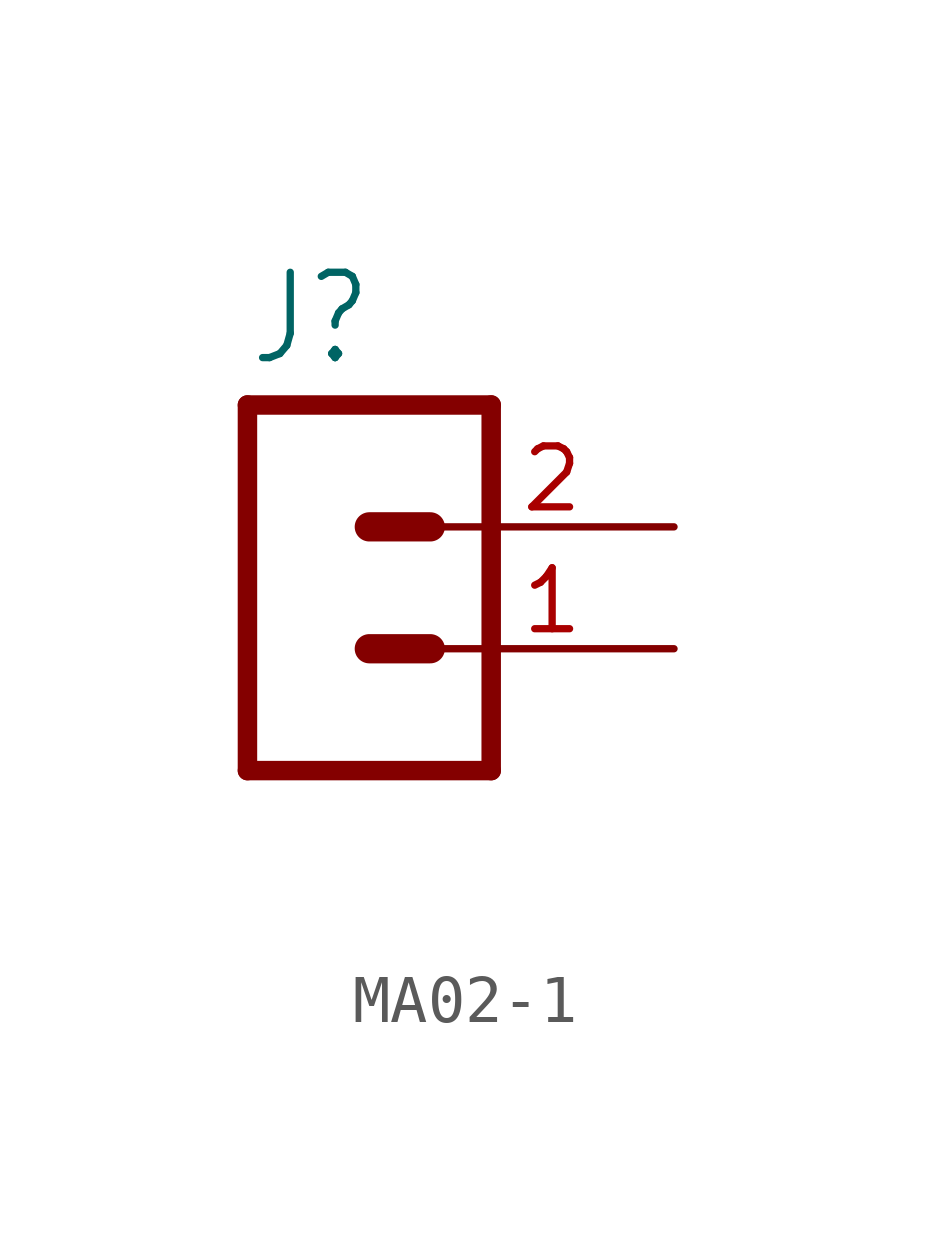
<source format=kicad_sym>
(kicad_symbol_lib
  (version 20231120)
  (generator "kicad_symbol_editor")
  (generator_version "8.0")
  (symbol "MA02-1"
    (property "Reference" "J"
      (at -1.27 3.302 0)
      (effects (font (size 1.778 1.511)) (justify left bottom)))
    (property "Value" ""
      (at -1.27 -7.62 0)
      (effects (font (size 1.778 1.511)) (justify left bottom)))
    (property "ki_locked" ""
      (at 0 0 0)
      (effects (font (size 1.27 1.27))))
    (symbol "MA02-1_1_0"
      (polyline (pts (xy -1.27 2.54) (xy -1.27 -5.08)) (stroke (width 0.406) (type solid)) (fill (type none)))
      (polyline (pts (xy -1.27 2.54) (xy 3.81 2.54)) (stroke (width 0.406) (type solid)) (fill (type none)))
      (polyline (pts (xy 1.27 -2.54) (xy 2.54 -2.54)) (stroke (width 0.61) (type solid)) (fill (type none)))
      (polyline (pts (xy 1.27 0) (xy 2.54 0)) (stroke (width 0.61) (type solid)) (fill (type none)))
      (polyline (pts (xy 3.81 -5.08) (xy -1.27 -5.08)) (stroke (width 0.406) (type solid)) (fill (type none)))
      (polyline (pts (xy 3.81 -5.08) (xy 3.81 2.54)) (stroke (width 0.406) (type solid)) (fill (type none)))
      (pin passive line (at 7.62 -2.54 180) (length 5.08) (name "1" (effects (font (size 0 0)))) (number "1" (effects (font (size 1.27 1.27)))))
      (pin passive line (at 7.62 0 180) (length 5.08) (name "2" (effects (font (size 0 0)))) (number "2" (effects (font (size 1.27 1.27))))))))
</source>
